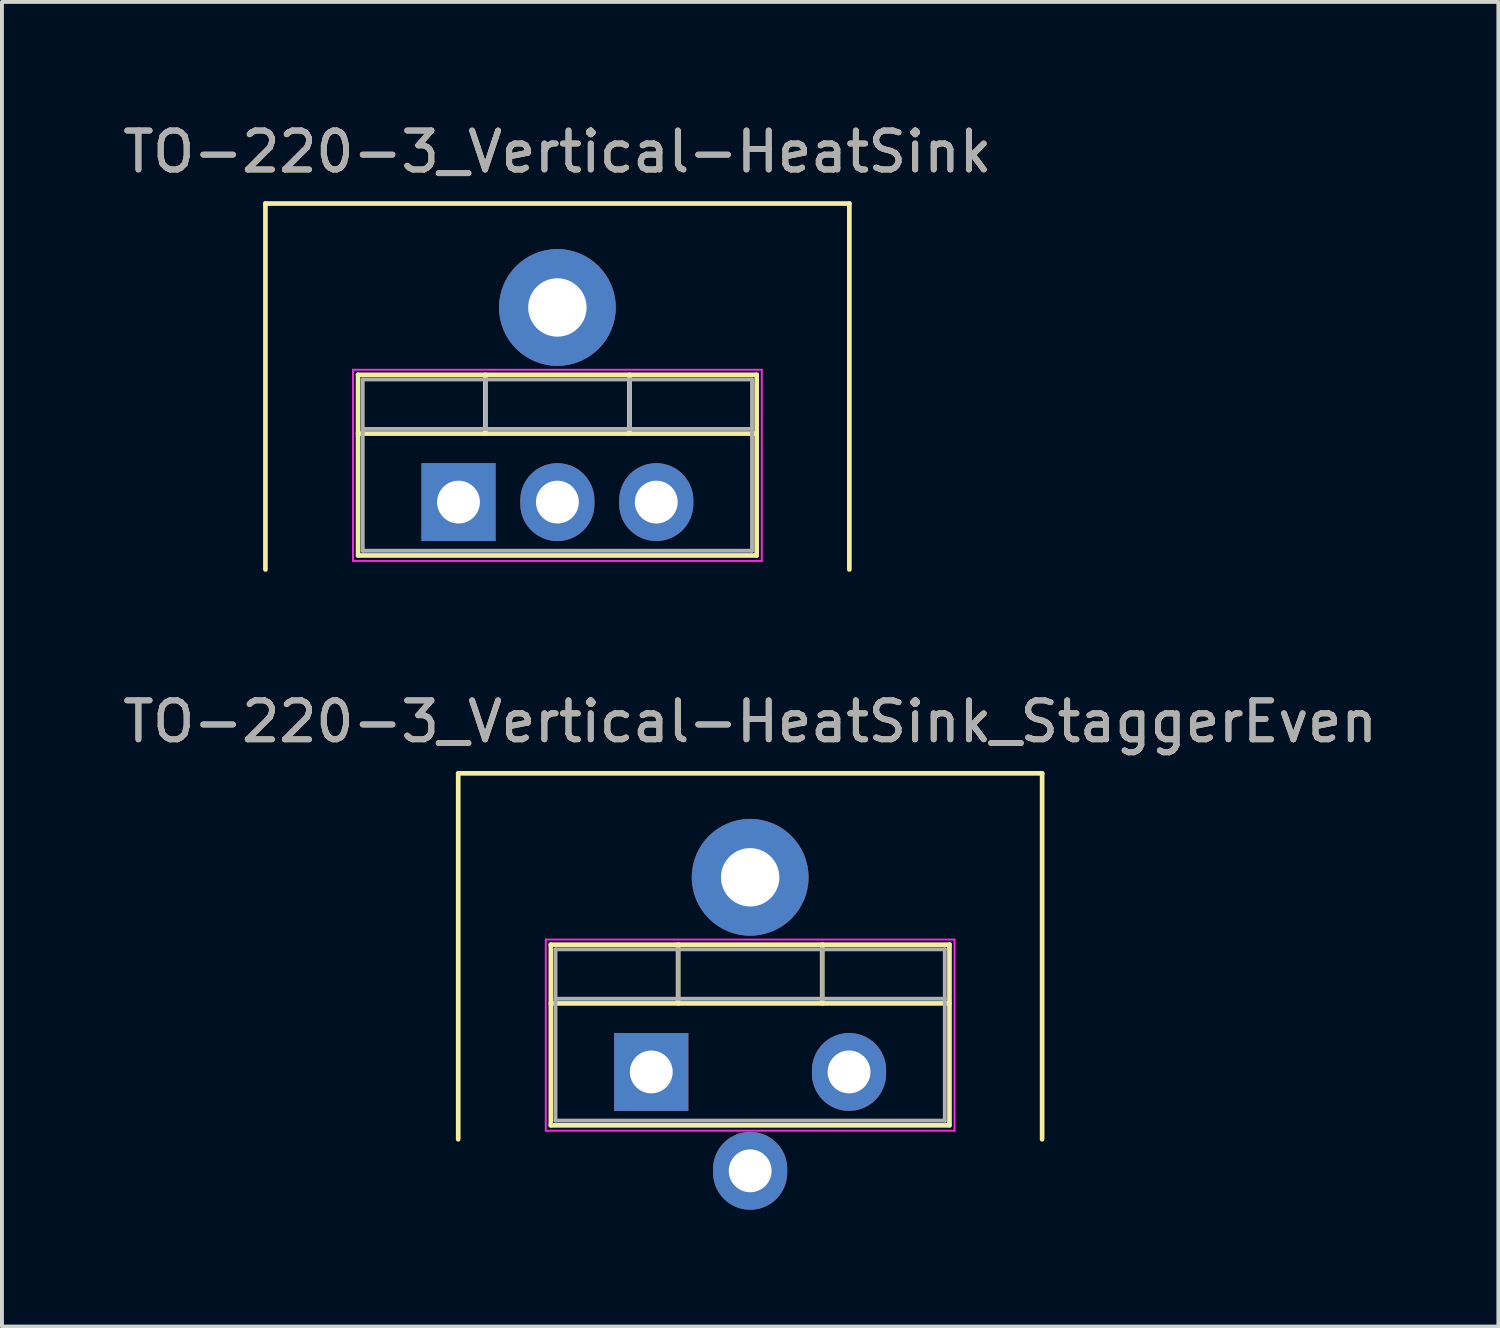
<source format=kicad_pcb>
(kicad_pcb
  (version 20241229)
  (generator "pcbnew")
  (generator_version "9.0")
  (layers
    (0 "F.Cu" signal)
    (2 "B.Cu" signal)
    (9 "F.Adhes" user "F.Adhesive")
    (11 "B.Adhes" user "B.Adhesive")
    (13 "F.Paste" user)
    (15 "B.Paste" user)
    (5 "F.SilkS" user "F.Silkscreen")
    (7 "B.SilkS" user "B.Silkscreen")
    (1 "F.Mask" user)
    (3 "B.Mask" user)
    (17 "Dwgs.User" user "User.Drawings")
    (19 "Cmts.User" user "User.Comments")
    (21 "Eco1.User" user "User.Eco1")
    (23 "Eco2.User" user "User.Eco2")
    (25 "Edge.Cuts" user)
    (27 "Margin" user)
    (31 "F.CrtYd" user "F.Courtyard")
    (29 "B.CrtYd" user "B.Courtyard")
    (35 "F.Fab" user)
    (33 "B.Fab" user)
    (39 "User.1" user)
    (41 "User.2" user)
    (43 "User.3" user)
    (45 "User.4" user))
  (footprint "TO-220-3_Vertical-HeatSink"
    (layer "F.Cu")
    (at 8.728 9.848)
    (property "Reference" "TO-220-3_Vertical-HeatSink" (at 2.54 -9 0) (layer "F.SilkS") (effects (font (size 1 1) (thickness 0.15))))
    (attr through_hole)
    (fp_line (start -4.96 -7.67) (end 10.04 -7.67) (stroke (width 0.12) (type solid)) (layer "F.SilkS"))
    (fp_line (start -4.96 1.73) (end -4.96 -7.67) (stroke (width 0.12) (type solid)) (layer "F.SilkS"))
    (fp_line (start -2.58 -3.27) (end -2.58 1.371) (stroke (width 0.12) (type solid)) (layer "F.SilkS"))
    (fp_line (start -2.58 -3.27) (end 7.66 -3.27) (stroke (width 0.12) (type solid)) (layer "F.SilkS"))
    (fp_line (start -2.58 -1.76) (end 7.66 -1.76) (stroke (width 0.12) (type solid)) (layer "F.SilkS"))
    (fp_line (start -2.58 1.371) (end 7.66 1.371) (stroke (width 0.12) (type solid)) (layer "F.SilkS"))
    (fp_line (start 0.69 -3.27) (end 0.69 -1.76) (stroke (width 0.12) (type solid)) (layer "F.SilkS"))
    (fp_line (start 4.391 -3.27) (end 4.391 -1.76) (stroke (width 0.12) (type solid)) (layer "F.SilkS"))
    (fp_line (start 7.66 -3.27) (end 7.66 1.371) (stroke (width 0.12) (type solid)) (layer "F.SilkS"))
    (fp_line (start 10.04 -7.67) (end 10.04 1.73) (stroke (width 0.12) (type solid)) (layer "F.SilkS"))
    (fp_line (start -2.71 -3.4) (end -2.71 1.51) (stroke (width 0.05) (type solid)) (layer "F.CrtYd"))
    (fp_line (start -2.71 1.51) (end 7.79 1.51) (stroke (width 0.05) (type solid)) (layer "F.CrtYd"))
    (fp_line (start 7.79 -3.4) (end -2.71 -3.4) (stroke (width 0.05) (type solid)) (layer "F.CrtYd"))
    (fp_line (start 7.79 1.51) (end 7.79 -3.4) (stroke (width 0.05) (type solid)) (layer "F.CrtYd"))
    (fp_line (start -2.46 -3.15) (end -2.46 1.25) (stroke (width 0.1) (type solid)) (layer "F.Fab"))
    (fp_line (start -2.46 -1.88) (end 7.54 -1.88) (stroke (width 0.1) (type solid)) (layer "F.Fab"))
    (fp_line (start -2.46 1.25) (end 7.54 1.25) (stroke (width 0.1) (type solid)) (layer "F.Fab"))
    (fp_line (start 0.69 -3.15) (end 0.69 -1.88) (stroke (width 0.1) (type solid)) (layer "F.Fab"))
    (fp_line (start 4.39 -3.15) (end 4.39 -1.88) (stroke (width 0.1) (type solid)) (layer "F.Fab"))
    (fp_line (start 7.54 -3.15) (end -2.46 -3.15) (stroke (width 0.1) (type solid)) (layer "F.Fab"))
    (fp_line (start 7.54 1.25) (end 7.54 -3.15) (stroke (width 0.1) (type solid)) (layer "F.Fab"))
    (fp_text user "${REFERENCE}" (at 2.54 -9 0) (layer "F.Fab") (effects (font (size 1 1) (thickness 0.15))))
    (pad "1" thru_hole rect (at 0 0) (size 1.905 2) (drill 1.1) (layers "*.Cu" "*.Mask"))
    (pad "2" thru_hole oval (at 2.54 0) (size 1.905 2) (drill 1.1) (layers "*.Cu" "*.Mask"))
    (pad "3" thru_hole oval (at 5.08 0) (size 1.905 2) (drill 1.1) (layers "*.Cu" "*.Mask"))
    (pad "HS" thru_hole oval (at 2.54 -5) (size 3 3) (drill 1.5) (layers "*.Cu" "*.Mask")))
  (footprint "TO-220-3_Vertical-HeatSink_StaggerEven"
    (layer "F.Cu")
    (at 13.68 24.486)
    (property "Reference" "TO-220-3_Vertical-HeatSink_StaggerEven" (at 2.54 -9 0) (layer "F.SilkS") (effects (font (size 1 1) (thickness 0.15))))
    (attr through_hole)
    (fp_line (start -4.96 -7.67) (end 10.04 -7.67) (stroke (width 0.12) (type solid)) (layer "F.SilkS"))
    (fp_line (start -4.96 1.73) (end -4.96 -7.67) (stroke (width 0.12) (type solid)) (layer "F.SilkS"))
    (fp_line (start -2.58 -3.27) (end -2.58 1.371) (stroke (width 0.12) (type solid)) (layer "F.SilkS"))
    (fp_line (start -2.58 -3.27) (end 7.66 -3.27) (stroke (width 0.12) (type solid)) (layer "F.SilkS"))
    (fp_line (start -2.58 -1.76) (end 7.66 -1.76) (stroke (width 0.12) (type solid)) (layer "F.SilkS"))
    (fp_line (start -2.58 1.371) (end 7.66 1.371) (stroke (width 0.12) (type solid)) (layer "F.SilkS"))
    (fp_line (start 0.69 -3.27) (end 0.69 -1.76) (stroke (width 0.12) (type solid)) (layer "F.SilkS"))
    (fp_line (start 4.391 -3.27) (end 4.391 -1.76) (stroke (width 0.12) (type solid)) (layer "F.SilkS"))
    (fp_line (start 7.66 -3.27) (end 7.66 1.371) (stroke (width 0.12) (type solid)) (layer "F.SilkS"))
    (fp_line (start 10.04 -7.67) (end 10.04 1.73) (stroke (width 0.12) (type solid)) (layer "F.SilkS"))
    (fp_line (start -2.71 -3.4) (end -2.71 1.51) (stroke (width 0.05) (type solid)) (layer "F.CrtYd"))
    (fp_line (start -2.71 1.51) (end 7.79 1.51) (stroke (width 0.05) (type solid)) (layer "F.CrtYd"))
    (fp_line (start 7.79 -3.4) (end -2.71 -3.4) (stroke (width 0.05) (type solid)) (layer "F.CrtYd"))
    (fp_line (start 7.79 1.51) (end 7.79 -3.4) (stroke (width 0.05) (type solid)) (layer "F.CrtYd"))
    (fp_line (start -2.46 -3.15) (end -2.46 1.25) (stroke (width 0.1) (type solid)) (layer "F.Fab"))
    (fp_line (start -2.46 -1.88) (end 7.54 -1.88) (stroke (width 0.1) (type solid)) (layer "F.Fab"))
    (fp_line (start -2.46 1.25) (end 7.54 1.25) (stroke (width 0.1) (type solid)) (layer "F.Fab"))
    (fp_line (start 0.69 -3.15) (end 0.69 -1.88) (stroke (width 0.1) (type solid)) (layer "F.Fab"))
    (fp_line (start 4.39 -3.15) (end 4.39 -1.88) (stroke (width 0.1) (type solid)) (layer "F.Fab"))
    (fp_line (start 7.54 -3.15) (end -2.46 -3.15) (stroke (width 0.1) (type solid)) (layer "F.Fab"))
    (fp_line (start 7.54 1.25) (end 7.54 -3.15) (stroke (width 0.1) (type solid)) (layer "F.Fab"))
    (fp_text user "${REFERENCE}" (at 2.54 -9 0) (layer "F.Fab") (effects (font (size 1 1) (thickness 0.15))))
    (pad "1" thru_hole rect (at 0 0) (size 1.905 2) (drill 1.1) (layers "*.Cu" "*.Mask"))
    (pad "2" thru_hole oval (at 2.54 2.54) (size 1.905 2) (drill 1.1) (layers "*.Cu" "*.Mask"))
    (pad "3" thru_hole oval (at 5.08 0) (size 1.905 2) (drill 1.1) (layers "*.Cu" "*.Mask"))
    (pad "HS" thru_hole oval (at 2.54 -5) (size 3 3) (drill 1.5) (layers "*.Cu" "*.Mask")))
  (gr_rect
    (start -3 -3)
    (end 35.44 31.026)
    (stroke (width 0.1) (type default))
    (fill no)
    (layer "Edge.Cuts")))
</source>
